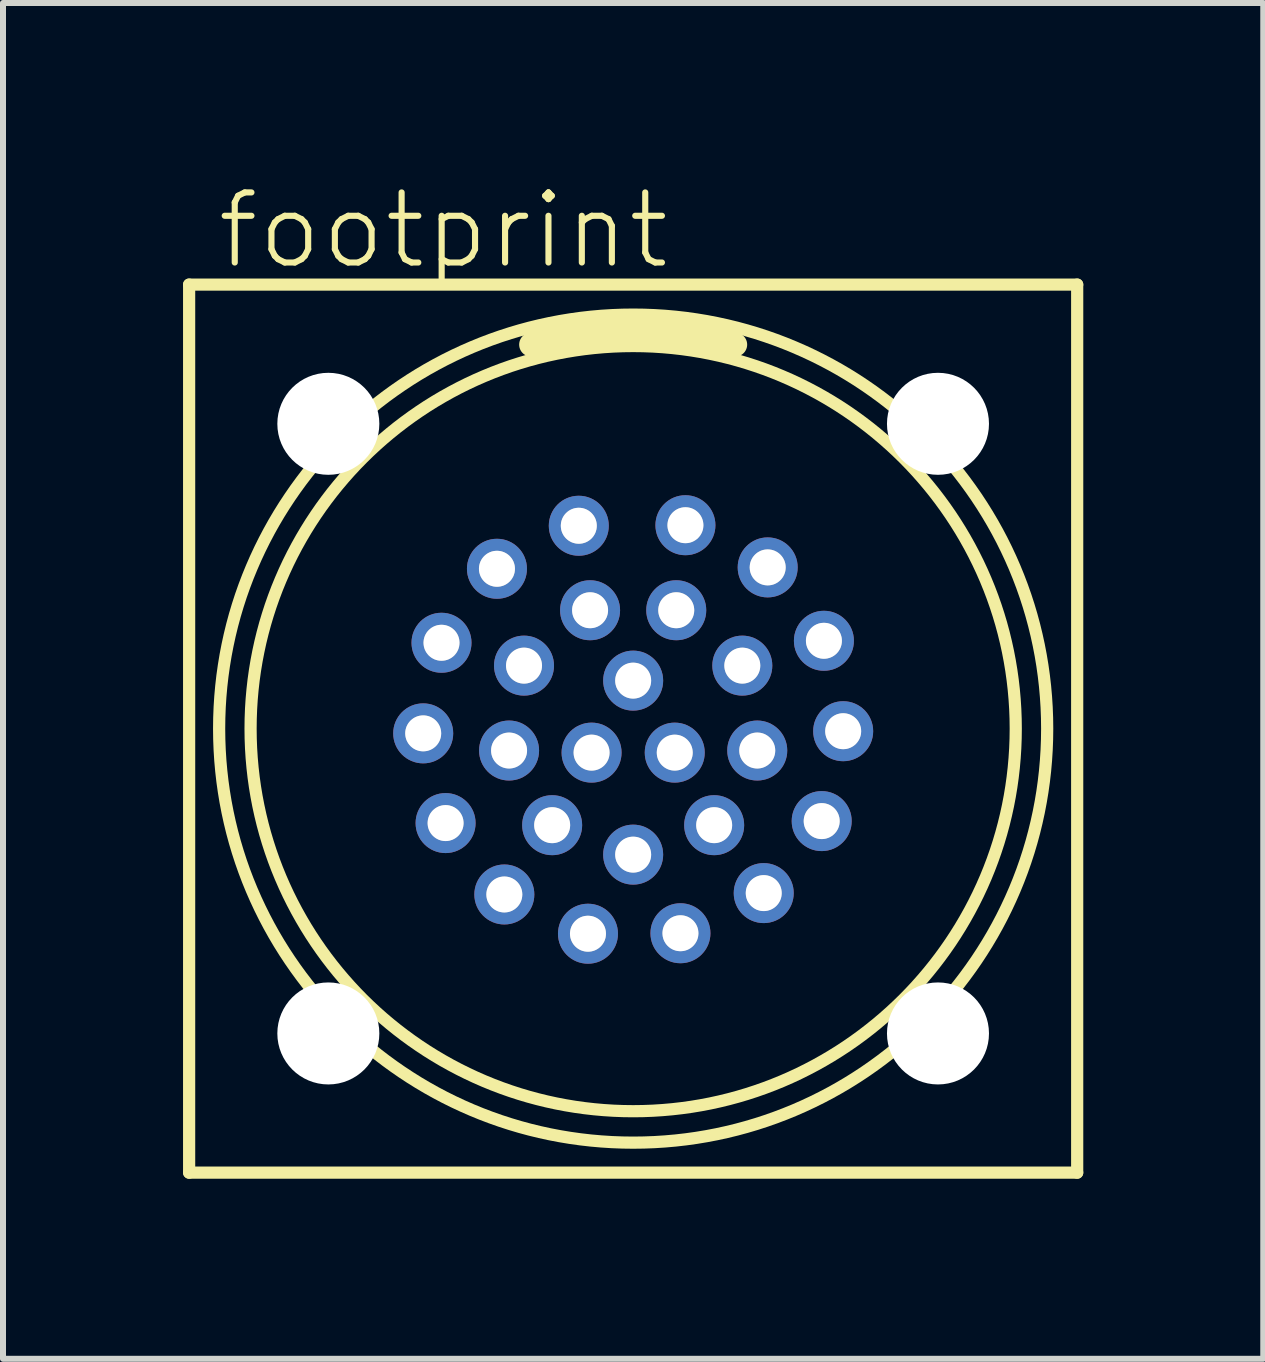
<source format=kicad_pcb>
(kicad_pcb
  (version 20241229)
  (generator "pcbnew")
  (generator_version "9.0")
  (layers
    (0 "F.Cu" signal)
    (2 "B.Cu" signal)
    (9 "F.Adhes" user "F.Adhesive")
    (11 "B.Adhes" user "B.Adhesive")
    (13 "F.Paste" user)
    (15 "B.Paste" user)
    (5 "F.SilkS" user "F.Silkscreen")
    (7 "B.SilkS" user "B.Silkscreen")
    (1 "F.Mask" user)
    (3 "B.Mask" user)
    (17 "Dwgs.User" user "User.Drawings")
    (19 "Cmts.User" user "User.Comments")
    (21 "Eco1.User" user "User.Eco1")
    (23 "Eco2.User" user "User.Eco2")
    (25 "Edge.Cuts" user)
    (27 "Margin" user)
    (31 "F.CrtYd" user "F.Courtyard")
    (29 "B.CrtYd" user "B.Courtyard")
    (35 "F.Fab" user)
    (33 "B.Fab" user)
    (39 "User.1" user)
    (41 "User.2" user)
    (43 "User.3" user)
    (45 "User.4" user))
  (footprint "footprint"
    (layer "F.Cu")
    (at 7.502 9.093)
    (property "Reference" "footprint" (at -6.985 -7.62 0) (layer "F.SilkS") (effects (font (size 1.168 1.168) (thickness 0.102)) (justify left bottom)))
    (fp_line (start -7.4 -7.4) (end 7.4 -7.4) (stroke (width 0.203) (type solid)) (layer "F.SilkS"))
    (fp_line (start -7.4 7.4) (end -7.4 -7.4) (stroke (width 0.203) (type solid)) (layer "F.SilkS"))
    (fp_line (start 7.4 -7.4) (end 7.4 7.4) (stroke (width 0.203) (type solid)) (layer "F.SilkS"))
    (fp_line (start 7.4 7.4) (end -7.4 7.4) (stroke (width 0.203) (type solid)) (layer "F.SilkS"))
    (fp_arc (start -1.7 -6.4) (mid 0 -6.650475) (end 1.700001 -6.4) (stroke (width 0.4) (type solid)) (layer "F.SilkS"))
    (fp_circle (center 0 0) (end 6.376 0) (stroke (width 0.203) (type solid)) (fill no) (layer "F.SilkS"))
    (fp_circle (center 0 0) (end 6.9 0) (stroke (width 0.203) (type solid)) (fill no) (layer "F.SilkS"))
    (fp_circle (center -3.499 0.079) (end -3.301 0.079) (stroke (width 0.203) (type solid)) (fill no) (layer "F.Fab"))
    (fp_circle (center -3.194 -1.431) (end -2.995 -1.431) (stroke (width 0.203) (type solid)) (fill no) (layer "F.Fab"))
    (fp_circle (center -3.126 1.574) (end -2.928 1.574) (stroke (width 0.203) (type solid)) (fill no) (layer "F.Fab"))
    (fp_circle (center -2.27 -2.664) (end -2.071 -2.664) (stroke (width 0.203) (type solid)) (fill no) (layer "F.Fab"))
    (fp_circle (center -2.147 2.764) (end -1.949 2.764) (stroke (width 0.203) (type solid)) (fill no) (layer "F.Fab"))
    (fp_circle (center -2.068 0.365) (end -1.87 0.365) (stroke (width 0.203) (type solid)) (fill no) (layer "F.Fab"))
    (fp_circle (center -1.819 -1.05) (end -1.62 -1.05) (stroke (width 0.203) (type solid)) (fill no) (layer "F.Fab"))
    (fp_circle (center -1.35 1.609) (end -1.151 1.609) (stroke (width 0.203) (type solid)) (fill no) (layer "F.Fab"))
    (fp_circle (center -0.906 -3.381) (end -0.707 -3.381) (stroke (width 0.203) (type solid)) (fill no) (layer "F.Fab"))
    (fp_circle (center -0.753 3.418) (end -0.554 3.418) (stroke (width 0.203) (type solid)) (fill no) (layer "F.Fab"))
    (fp_circle (center -0.718 -1.973) (end -0.52 -1.973) (stroke (width 0.203) (type solid)) (fill no) (layer "F.Fab"))
    (fp_circle (center -0.693 0.4) (end -0.494 0.4) (stroke (width 0.203) (type solid)) (fill no) (layer "F.Fab"))
    (fp_circle (center 0 -0.8) (end 0.198 -0.8) (stroke (width 0.203) (type solid)) (fill no) (layer "F.Fab"))
    (fp_circle (center 0 2.1) (end 0.198 2.1) (stroke (width 0.203) (type solid)) (fill no) (layer "F.Fab"))
    (fp_circle (center 0.693 0.4) (end 0.891 0.4) (stroke (width 0.203) (type solid)) (fill no) (layer "F.Fab"))
    (fp_circle (center 0.718 -1.973) (end 0.917 -1.973) (stroke (width 0.203) (type solid)) (fill no) (layer "F.Fab"))
    (fp_circle (center 0.788 3.41) (end 0.986 3.41) (stroke (width 0.203) (type solid)) (fill no) (layer "F.Fab"))
    (fp_circle (center 0.871 -3.39) (end 1.069 -3.39) (stroke (width 0.203) (type solid)) (fill no) (layer "F.Fab"))
    (fp_circle (center 1.35 1.609) (end 1.548 1.609) (stroke (width 0.203) (type solid)) (fill no) (layer "F.Fab"))
    (fp_circle (center 1.819 -1.05) (end 2.017 -1.05) (stroke (width 0.203) (type solid)) (fill no) (layer "F.Fab"))
    (fp_circle (center 2.068 0.365) (end 2.267 0.365) (stroke (width 0.203) (type solid)) (fill no) (layer "F.Fab"))
    (fp_circle (center 2.176 2.741) (end 2.374 2.741) (stroke (width 0.203) (type solid)) (fill no) (layer "F.Fab"))
    (fp_circle (center 2.242 -2.687) (end 2.441 -2.687) (stroke (width 0.203) (type solid)) (fill no) (layer "F.Fab"))
    (fp_circle (center 3.142 1.541) (end 3.341 1.541) (stroke (width 0.203) (type solid)) (fill no) (layer "F.Fab"))
    (fp_circle (center 3.179 -1.464) (end 3.377 -1.464) (stroke (width 0.203) (type solid)) (fill no) (layer "F.Fab"))
    (fp_circle (center 3.5 0.043) (end 3.698 0.043) (stroke (width 0.203) (type solid)) (fill no) (layer "F.Fab"))
    (pad "" np_thru_hole circle (at -5.08 -5.08) (size 1.7 1.7) (drill 1.7) (layers "*.Cu" "*.Mask"))
    (pad "" np_thru_hole circle (at -5.08 5.08) (size 1.7 1.7) (drill 1.7) (layers "*.Cu" "*.Mask"))
    (pad "" np_thru_hole circle (at 5.08 -5.08) (size 1.7 1.7) (drill 1.7) (layers "*.Cu" "*.Mask"))
    (pad "" np_thru_hole circle (at 5.08 5.08) (size 1.7 1.7) (drill 1.7) (layers "*.Cu" "*.Mask"))
    (pad "1" thru_hole circle (at -0.906 -3.381 105) (size 1 1) (drill 0.6) (layers "*.Cu" "*.Mask"))
    (pad "2" thru_hole circle (at -2.27 -2.664 130.4) (size 1 1) (drill 0.6) (layers "*.Cu" "*.Mask"))
    (pad "3" thru_hole circle (at -3.194 -1.431 155.9) (size 1 1) (drill 0.6) (layers "*.Cu" "*.Mask"))
    (pad "4" thru_hole circle (at -3.499 0.079 181.3) (size 1 1) (drill 0.6) (layers "*.Cu" "*.Mask"))
    (pad "5" thru_hole circle (at -3.126 1.574 206.7) (size 1 1) (drill 0.6) (layers "*.Cu" "*.Mask"))
    (pad "6" thru_hole circle (at -2.147 2.764 232.2) (size 1 1) (drill 0.6) (layers "*.Cu" "*.Mask"))
    (pad "7" thru_hole circle (at -0.753 3.418 257.6) (size 1 1) (drill 0.6) (layers "*.Cu" "*.Mask"))
    (pad "8" thru_hole circle (at 0.788 3.41 283) (size 1 1) (drill 0.6) (layers "*.Cu" "*.Mask"))
    (pad "9" thru_hole circle (at 2.176 2.741 308.4) (size 1 1) (drill 0.6) (layers "*.Cu" "*.Mask"))
    (pad "10" thru_hole circle (at 3.142 1.541 333.9) (size 1 1) (drill 0.6) (layers "*.Cu" "*.Mask"))
    (pad "11" thru_hole circle (at 3.5 0.043 359.3) (size 1 1) (drill 0.6) (layers "*.Cu" "*.Mask"))
    (pad "12" thru_hole circle (at 3.179 -1.464 24.7) (size 1 1) (drill 0.6) (layers "*.Cu" "*.Mask"))
    (pad "13" thru_hole circle (at 2.242 -2.687 50.2) (size 1 1) (drill 0.6) (layers "*.Cu" "*.Mask"))
    (pad "14" thru_hole circle (at 0.871 -3.39 75.6) (size 1 1) (drill 0.6) (layers "*.Cu" "*.Mask"))
    (pad "15" thru_hole circle (at -0.718 -1.973 110) (size 1 1) (drill 0.6) (layers "*.Cu" "*.Mask"))
    (pad "16" thru_hole circle (at -1.819 -1.05 150) (size 1 1) (drill 0.6) (layers "*.Cu" "*.Mask"))
    (pad "17" thru_hole circle (at -2.068 0.365 190) (size 1 1) (drill 0.6) (layers "*.Cu" "*.Mask"))
    (pad "18" thru_hole circle (at -1.35 1.609 230) (size 1 1) (drill 0.6) (layers "*.Cu" "*.Mask"))
    (pad "19" thru_hole circle (at 0 2.1 270) (size 1 1) (drill 0.6) (layers "*.Cu" "*.Mask"))
    (pad "20" thru_hole circle (at 1.35 1.609 310) (size 1 1) (drill 0.6) (layers "*.Cu" "*.Mask"))
    (pad "21" thru_hole circle (at 2.068 0.365 350) (size 1 1) (drill 0.6) (layers "*.Cu" "*.Mask"))
    (pad "22" thru_hole circle (at 1.819 -1.05 30) (size 1 1) (drill 0.6) (layers "*.Cu" "*.Mask"))
    (pad "23" thru_hole circle (at 0.718 -1.973 70) (size 1 1) (drill 0.6) (layers "*.Cu" "*.Mask"))
    (pad "24" thru_hole circle (at 0 -0.8 90) (size 1 1) (drill 0.6) (layers "*.Cu" "*.Mask"))
    (pad "25" thru_hole circle (at -0.693 0.4 210) (size 1 1) (drill 0.6) (layers "*.Cu" "*.Mask"))
    (pad "26" thru_hole circle (at 0.693 0.4 330) (size 1 1) (drill 0.6) (layers "*.Cu" "*.Mask")))
  (gr_rect
    (start -3 -3)
    (end 18.003 19.595)
    (stroke (width 0.1) (type default))
    (fill no)
    (layer "Edge.Cuts")))
</source>
